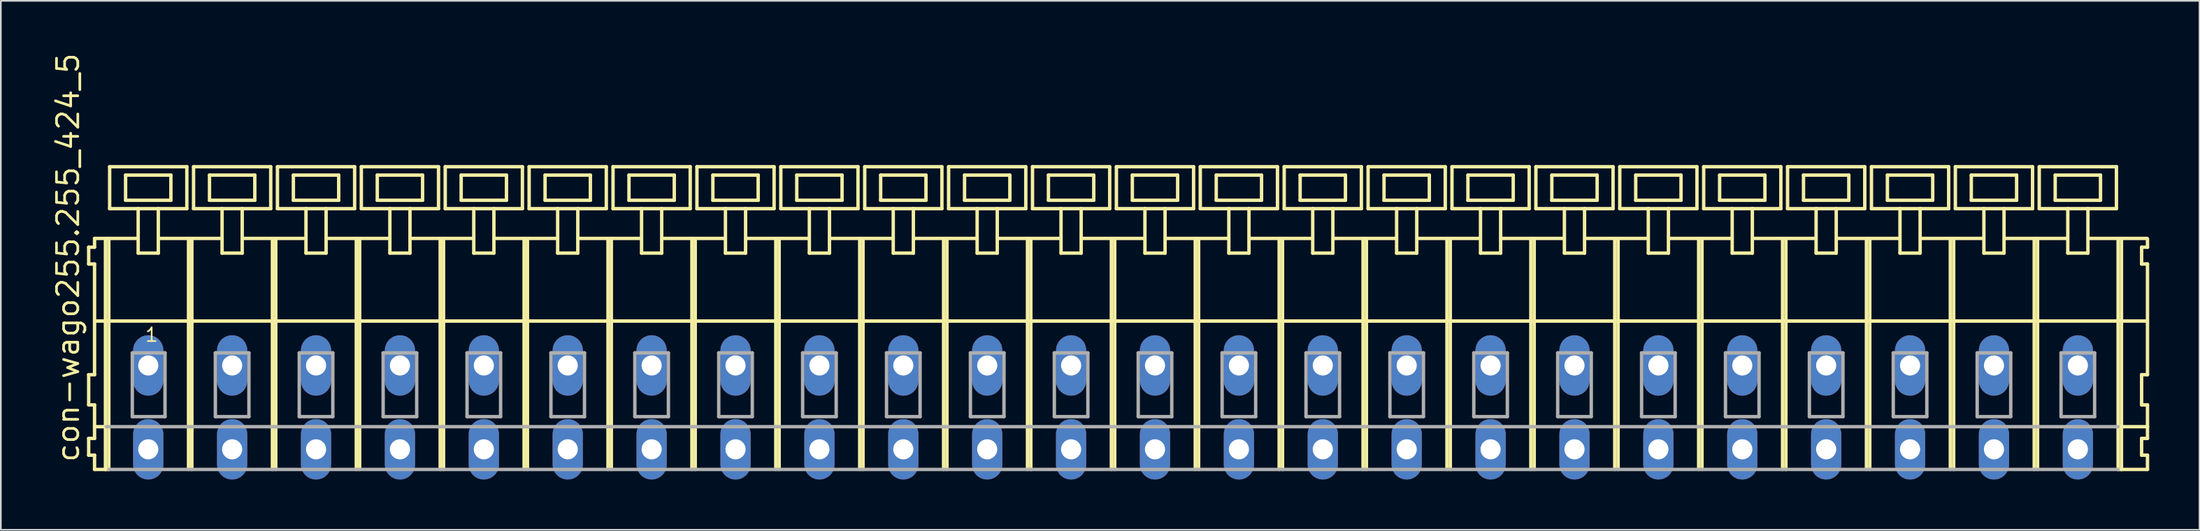
<source format=kicad_pcb>
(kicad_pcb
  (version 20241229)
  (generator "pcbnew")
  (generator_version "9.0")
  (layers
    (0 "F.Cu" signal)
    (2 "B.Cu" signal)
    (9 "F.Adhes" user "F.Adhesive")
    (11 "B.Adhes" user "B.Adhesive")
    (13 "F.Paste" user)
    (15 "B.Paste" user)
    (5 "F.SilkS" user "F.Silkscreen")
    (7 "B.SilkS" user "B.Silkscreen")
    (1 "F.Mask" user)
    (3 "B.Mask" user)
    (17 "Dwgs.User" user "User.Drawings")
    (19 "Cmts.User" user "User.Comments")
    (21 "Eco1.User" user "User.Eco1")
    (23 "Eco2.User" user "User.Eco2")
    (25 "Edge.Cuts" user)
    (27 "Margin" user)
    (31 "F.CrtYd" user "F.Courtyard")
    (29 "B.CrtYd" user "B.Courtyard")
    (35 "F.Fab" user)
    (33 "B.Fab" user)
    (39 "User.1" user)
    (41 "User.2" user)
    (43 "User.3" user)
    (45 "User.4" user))
  (footprint "con-wago255.255_424_5"
    (layer "F.Cu")
    (at 63.285 18.743)
    (property "Reference" "con-wago255.255_424_5" (at -61.535 5.855 90) (layer "F.SilkS") (effects (font (size 1.27 1.27) (thickness 0.16)) (justify left bottom)))
    (attr through_hole)
    (fp_line (start -61.05 -7.05) (end -61.05 -6.05) (stroke (width 0.203) (type default)) (layer "F.SilkS"))
    (fp_line (start -61.05 -6.05) (end -60.7 -6.05) (stroke (width 0.203) (type default)) (layer "F.SilkS"))
    (fp_line (start -61.05 0.55) (end -61.05 2.35) (stroke (width 0.203) (type default)) (layer "F.SilkS"))
    (fp_line (start -61.05 2.35) (end -60.7 2.35) (stroke (width 0.203) (type default)) (layer "F.SilkS"))
    (fp_line (start -61.05 4.35) (end -61.05 5.35) (stroke (width 0.203) (type default)) (layer "F.SilkS"))
    (fp_line (start -61.05 5.35) (end -60.7 5.35) (stroke (width 0.203) (type default)) (layer "F.SilkS"))
    (fp_line (start -60.7 -7.575) (end -60.7 -7.05) (stroke (width 0.203) (type default)) (layer "F.SilkS"))
    (fp_line (start -60.7 -7.575) (end -58.125 -7.575) (stroke (width 0.203) (type default)) (layer "F.SilkS"))
    (fp_line (start -60.7 -7.05) (end -61.05 -7.05) (stroke (width 0.203) (type default)) (layer "F.SilkS"))
    (fp_line (start -60.7 -6.05) (end -60.7 0.55) (stroke (width 0.203) (type default)) (layer "F.SilkS"))
    (fp_line (start -60.7 0.55) (end -61.05 0.55) (stroke (width 0.203) (type default)) (layer "F.SilkS"))
    (fp_line (start -60.7 2.35) (end -60.7 4.35) (stroke (width 0.203) (type default)) (layer "F.SilkS"))
    (fp_line (start -60.7 3.65) (end -60 3.65) (stroke (width 0.203) (type default)) (layer "F.SilkS"))
    (fp_line (start -60.7 4.35) (end -61.05 4.35) (stroke (width 0.203) (type default)) (layer "F.SilkS"))
    (fp_line (start -60.7 5.35) (end -60.7 6.2) (stroke (width 0.203) (type default)) (layer "F.SilkS"))
    (fp_line (start -60.7 6.2) (end -60.05 6.2) (stroke (width 0.203) (type default)) (layer "F.SilkS"))
    (fp_line (start -60.65 -2.65) (end -55.1 -2.65) (stroke (width 0.203) (type default)) (layer "F.SilkS"))
    (fp_line (start -60.05 -7.55) (end -60.05 6.2) (stroke (width 0.203) (type default)) (layer "F.SilkS"))
    (fp_line (start -60.05 6.2) (end -59.85 6.2) (stroke (width 0.203) (type default)) (layer "F.SilkS"))
    (fp_line (start -59.85 -7.55) (end -59.85 6.2) (stroke (width 0.203) (type default)) (layer "F.SilkS"))
    (fp_line (start -59.8 -11.85) (end -59.8 -9.35) (stroke (width 0.203) (type default)) (layer "F.SilkS"))
    (fp_line (start -59.8 -9.35) (end -58.1 -9.35) (stroke (width 0.203) (type default)) (layer "F.SilkS"))
    (fp_line (start -58.85 -11.35) (end -58.85 -9.85) (stroke (width 0.203) (type default)) (layer "F.SilkS"))
    (fp_line (start -58.85 -9.85) (end -56.15 -9.85) (stroke (width 0.203) (type default)) (layer "F.SilkS"))
    (fp_line (start -58.1 -9.35) (end -58.1 -6.7) (stroke (width 0.203) (type default)) (layer "F.SilkS"))
    (fp_line (start -58.1 -9.35) (end -56.9 -9.35) (stroke (width 0.203) (type default)) (layer "F.SilkS"))
    (fp_line (start -58.1 -6.7) (end -56.9 -6.7) (stroke (width 0.203) (type default)) (layer "F.SilkS"))
    (fp_line (start -56.9 -9.35) (end -55.2 -9.35) (stroke (width 0.203) (type default)) (layer "F.SilkS"))
    (fp_line (start -56.9 -6.7) (end -56.9 -9.35) (stroke (width 0.203) (type default)) (layer "F.SilkS"))
    (fp_line (start -56.825 -7.575) (end -53.125 -7.575) (stroke (width 0.203) (type default)) (layer "F.SilkS"))
    (fp_line (start -56.15 -11.35) (end -58.85 -11.35) (stroke (width 0.203) (type default)) (layer "F.SilkS"))
    (fp_line (start -56.15 -9.85) (end -56.15 -11.35) (stroke (width 0.203) (type default)) (layer "F.SilkS"))
    (fp_line (start -55.2 -11.85) (end -59.8 -11.85) (stroke (width 0.203) (type default)) (layer "F.SilkS"))
    (fp_line (start -55.2 -9.35) (end -55.2 -11.85) (stroke (width 0.203) (type default)) (layer "F.SilkS"))
    (fp_line (start -55.1 -7.55) (end -55.1 -2.65) (stroke (width 0.203) (type default)) (layer "F.SilkS"))
    (fp_line (start -55.1 -2.65) (end -55.1 6.2) (stroke (width 0.203) (type default)) (layer "F.SilkS"))
    (fp_line (start -54.9 -7.55) (end -54.9 -2.65) (stroke (width 0.203) (type default)) (layer "F.SilkS"))
    (fp_line (start -54.9 -2.65) (end -54.9 6.2) (stroke (width 0.203) (type default)) (layer "F.SilkS"))
    (fp_line (start -54.9 -2.65) (end -50.1 -2.65) (stroke (width 0.203) (type default)) (layer "F.SilkS"))
    (fp_line (start -54.8 -11.85) (end -54.8 -9.35) (stroke (width 0.203) (type default)) (layer "F.SilkS"))
    (fp_line (start -54.8 -9.35) (end -53.1 -9.35) (stroke (width 0.203) (type default)) (layer "F.SilkS"))
    (fp_line (start -53.85 -11.35) (end -53.85 -9.85) (stroke (width 0.203) (type default)) (layer "F.SilkS"))
    (fp_line (start -53.85 -9.85) (end -51.15 -9.85) (stroke (width 0.203) (type default)) (layer "F.SilkS"))
    (fp_line (start -53.1 -9.35) (end -53.1 -6.7) (stroke (width 0.203) (type default)) (layer "F.SilkS"))
    (fp_line (start -53.1 -9.35) (end -51.9 -9.35) (stroke (width 0.203) (type default)) (layer "F.SilkS"))
    (fp_line (start -53.1 -6.7) (end -51.9 -6.7) (stroke (width 0.203) (type default)) (layer "F.SilkS"))
    (fp_line (start -51.9 -9.35) (end -50.2 -9.35) (stroke (width 0.203) (type default)) (layer "F.SilkS"))
    (fp_line (start -51.9 -6.7) (end -51.9 -9.35) (stroke (width 0.203) (type default)) (layer "F.SilkS"))
    (fp_line (start -51.875 -7.575) (end -48.125 -7.575) (stroke (width 0.203) (type default)) (layer "F.SilkS"))
    (fp_line (start -51.15 -11.35) (end -53.85 -11.35) (stroke (width 0.203) (type default)) (layer "F.SilkS"))
    (fp_line (start -51.15 -9.85) (end -51.15 -11.35) (stroke (width 0.203) (type default)) (layer "F.SilkS"))
    (fp_line (start -50.2 -11.85) (end -54.8 -11.85) (stroke (width 0.203) (type default)) (layer "F.SilkS"))
    (fp_line (start -50.2 -9.35) (end -50.2 -11.85) (stroke (width 0.203) (type default)) (layer "F.SilkS"))
    (fp_line (start -50.1 -7.55) (end -50.1 -2.65) (stroke (width 0.203) (type default)) (layer "F.SilkS"))
    (fp_line (start -50.1 -2.65) (end -50.1 6.2) (stroke (width 0.203) (type default)) (layer "F.SilkS"))
    (fp_line (start -50.1 -2.65) (end -49.9 -2.65) (stroke (width 0.203) (type default)) (layer "F.SilkS"))
    (fp_line (start -49.9 -7.55) (end -49.9 -2.65) (stroke (width 0.203) (type default)) (layer "F.SilkS"))
    (fp_line (start -49.9 -2.65) (end -49.9 6.2) (stroke (width 0.203) (type default)) (layer "F.SilkS"))
    (fp_line (start -49.9 -2.65) (end -45.1 -2.65) (stroke (width 0.203) (type default)) (layer "F.SilkS"))
    (fp_line (start -49.8 -11.85) (end -49.8 -9.35) (stroke (width 0.203) (type default)) (layer "F.SilkS"))
    (fp_line (start -49.8 -9.35) (end -48.1 -9.35) (stroke (width 0.203) (type default)) (layer "F.SilkS"))
    (fp_line (start -48.85 -11.35) (end -48.85 -9.85) (stroke (width 0.203) (type default)) (layer "F.SilkS"))
    (fp_line (start -48.85 -9.85) (end -46.15 -9.85) (stroke (width 0.203) (type default)) (layer "F.SilkS"))
    (fp_line (start -48.1 -9.35) (end -48.1 -6.7) (stroke (width 0.203) (type default)) (layer "F.SilkS"))
    (fp_line (start -48.1 -9.35) (end -46.9 -9.35) (stroke (width 0.203) (type default)) (layer "F.SilkS"))
    (fp_line (start -48.1 -6.7) (end -46.9 -6.7) (stroke (width 0.203) (type default)) (layer "F.SilkS"))
    (fp_line (start -46.9 -9.35) (end -45.2 -9.35) (stroke (width 0.203) (type default)) (layer "F.SilkS"))
    (fp_line (start -46.9 -6.7) (end -46.9 -9.35) (stroke (width 0.203) (type default)) (layer "F.SilkS"))
    (fp_line (start -46.875 -7.575) (end -43.125 -7.575) (stroke (width 0.203) (type default)) (layer "F.SilkS"))
    (fp_line (start -46.15 -11.35) (end -48.85 -11.35) (stroke (width 0.203) (type default)) (layer "F.SilkS"))
    (fp_line (start -46.15 -9.85) (end -46.15 -11.35) (stroke (width 0.203) (type default)) (layer "F.SilkS"))
    (fp_line (start -45.2 -11.85) (end -49.8 -11.85) (stroke (width 0.203) (type default)) (layer "F.SilkS"))
    (fp_line (start -45.2 -9.35) (end -45.2 -11.85) (stroke (width 0.203) (type default)) (layer "F.SilkS"))
    (fp_line (start -45.1 -7.55) (end -45.1 -2.65) (stroke (width 0.203) (type default)) (layer "F.SilkS"))
    (fp_line (start -45.1 -2.65) (end -45.1 6.2) (stroke (width 0.203) (type default)) (layer "F.SilkS"))
    (fp_line (start -45.1 -2.65) (end -44.9 -2.65) (stroke (width 0.203) (type default)) (layer "F.SilkS"))
    (fp_line (start -45.1 -2.65) (end 59.9 -2.65) (stroke (width 0.203) (type default)) (layer "F.SilkS"))
    (fp_line (start -44.9 -7.55) (end -44.9 -2.65) (stroke (width 0.203) (type default)) (layer "F.SilkS"))
    (fp_line (start -44.9 -2.65) (end -44.9 6.2) (stroke (width 0.203) (type default)) (layer "F.SilkS"))
    (fp_line (start -44.9 -2.65) (end -40.1 -2.65) (stroke (width 0.203) (type default)) (layer "F.SilkS"))
    (fp_line (start -44.8 -11.85) (end -44.8 -9.35) (stroke (width 0.203) (type default)) (layer "F.SilkS"))
    (fp_line (start -44.8 -9.35) (end -43.1 -9.35) (stroke (width 0.203) (type default)) (layer "F.SilkS"))
    (fp_line (start -43.85 -11.35) (end -43.85 -9.85) (stroke (width 0.203) (type default)) (layer "F.SilkS"))
    (fp_line (start -43.85 -9.85) (end -41.15 -9.85) (stroke (width 0.203) (type default)) (layer "F.SilkS"))
    (fp_line (start -43.1 -9.35) (end -43.1 -6.7) (stroke (width 0.203) (type default)) (layer "F.SilkS"))
    (fp_line (start -43.1 -9.35) (end -41.9 -9.35) (stroke (width 0.203) (type default)) (layer "F.SilkS"))
    (fp_line (start -43.1 -6.7) (end -41.9 -6.7) (stroke (width 0.203) (type default)) (layer "F.SilkS"))
    (fp_line (start -41.9 -9.35) (end -40.2 -9.35) (stroke (width 0.203) (type default)) (layer "F.SilkS"))
    (fp_line (start -41.9 -6.7) (end -41.9 -9.35) (stroke (width 0.203) (type default)) (layer "F.SilkS"))
    (fp_line (start -41.875 -7.575) (end -38.125 -7.575) (stroke (width 0.203) (type default)) (layer "F.SilkS"))
    (fp_line (start -41.15 -11.35) (end -43.85 -11.35) (stroke (width 0.203) (type default)) (layer "F.SilkS"))
    (fp_line (start -41.15 -9.85) (end -41.15 -11.35) (stroke (width 0.203) (type default)) (layer "F.SilkS"))
    (fp_line (start -40.2 -11.85) (end -44.8 -11.85) (stroke (width 0.203) (type default)) (layer "F.SilkS"))
    (fp_line (start -40.2 -9.35) (end -40.2 -11.85) (stroke (width 0.203) (type default)) (layer "F.SilkS"))
    (fp_line (start -40.1 -7.55) (end -40.1 -2.65) (stroke (width 0.203) (type default)) (layer "F.SilkS"))
    (fp_line (start -40.1 -2.65) (end -40.1 6.2) (stroke (width 0.203) (type default)) (layer "F.SilkS"))
    (fp_line (start -40.1 -2.65) (end -39.9 -2.65) (stroke (width 0.203) (type default)) (layer "F.SilkS"))
    (fp_line (start -39.9 -7.55) (end -39.9 -2.65) (stroke (width 0.203) (type default)) (layer "F.SilkS"))
    (fp_line (start -39.9 -2.65) (end -39.9 6.2) (stroke (width 0.203) (type default)) (layer "F.SilkS"))
    (fp_line (start -39.9 -2.65) (end -35.1 -2.65) (stroke (width 0.203) (type default)) (layer "F.SilkS"))
    (fp_line (start -39.8 -11.85) (end -39.8 -9.35) (stroke (width 0.203) (type default)) (layer "F.SilkS"))
    (fp_line (start -39.8 -9.35) (end -38.1 -9.35) (stroke (width 0.203) (type default)) (layer "F.SilkS"))
    (fp_line (start -38.85 -11.35) (end -38.85 -9.85) (stroke (width 0.203) (type default)) (layer "F.SilkS"))
    (fp_line (start -38.85 -9.85) (end -36.15 -9.85) (stroke (width 0.203) (type default)) (layer "F.SilkS"))
    (fp_line (start -38.1 -9.35) (end -38.1 -6.7) (stroke (width 0.203) (type default)) (layer "F.SilkS"))
    (fp_line (start -38.1 -9.35) (end -36.9 -9.35) (stroke (width 0.203) (type default)) (layer "F.SilkS"))
    (fp_line (start -38.1 -6.7) (end -36.9 -6.7) (stroke (width 0.203) (type default)) (layer "F.SilkS"))
    (fp_line (start -36.9 -9.35) (end -35.2 -9.35) (stroke (width 0.203) (type default)) (layer "F.SilkS"))
    (fp_line (start -36.9 -6.7) (end -36.9 -9.35) (stroke (width 0.203) (type default)) (layer "F.SilkS"))
    (fp_line (start -36.875 -7.575) (end -33.125 -7.575) (stroke (width 0.203) (type default)) (layer "F.SilkS"))
    (fp_line (start -36.15 -11.35) (end -38.85 -11.35) (stroke (width 0.203) (type default)) (layer "F.SilkS"))
    (fp_line (start -36.15 -9.85) (end -36.15 -11.35) (stroke (width 0.203) (type default)) (layer "F.SilkS"))
    (fp_line (start -35.2 -11.85) (end -39.8 -11.85) (stroke (width 0.203) (type default)) (layer "F.SilkS"))
    (fp_line (start -35.2 -9.35) (end -35.2 -11.85) (stroke (width 0.203) (type default)) (layer "F.SilkS"))
    (fp_line (start -35.1 -7.55) (end -35.1 -2.65) (stroke (width 0.203) (type default)) (layer "F.SilkS"))
    (fp_line (start -35.1 -2.65) (end -35.1 6.2) (stroke (width 0.203) (type default)) (layer "F.SilkS"))
    (fp_line (start -35.1 -2.65) (end -34.9 -2.65) (stroke (width 0.203) (type default)) (layer "F.SilkS"))
    (fp_line (start -34.9 -7.55) (end -34.9 -2.65) (stroke (width 0.203) (type default)) (layer "F.SilkS"))
    (fp_line (start -34.9 -2.65) (end -34.9 6.2) (stroke (width 0.203) (type default)) (layer "F.SilkS"))
    (fp_line (start -34.9 -2.65) (end -30.1 -2.65) (stroke (width 0.203) (type default)) (layer "F.SilkS"))
    (fp_line (start -34.8 -11.85) (end -34.8 -9.35) (stroke (width 0.203) (type default)) (layer "F.SilkS"))
    (fp_line (start -34.8 -9.35) (end -33.1 -9.35) (stroke (width 0.203) (type default)) (layer "F.SilkS"))
    (fp_line (start -33.85 -11.35) (end -33.85 -9.85) (stroke (width 0.203) (type default)) (layer "F.SilkS"))
    (fp_line (start -33.85 -9.85) (end -31.15 -9.85) (stroke (width 0.203) (type default)) (layer "F.SilkS"))
    (fp_line (start -33.1 -9.35) (end -33.1 -6.7) (stroke (width 0.203) (type default)) (layer "F.SilkS"))
    (fp_line (start -33.1 -9.35) (end -31.9 -9.35) (stroke (width 0.203) (type default)) (layer "F.SilkS"))
    (fp_line (start -33.1 -6.7) (end -31.9 -6.7) (stroke (width 0.203) (type default)) (layer "F.SilkS"))
    (fp_line (start -31.9 -9.35) (end -30.2 -9.35) (stroke (width 0.203) (type default)) (layer "F.SilkS"))
    (fp_line (start -31.9 -6.7) (end -31.9 -9.35) (stroke (width 0.203) (type default)) (layer "F.SilkS"))
    (fp_line (start -31.875 -7.575) (end -28.125 -7.575) (stroke (width 0.203) (type default)) (layer "F.SilkS"))
    (fp_line (start -31.15 -11.35) (end -33.85 -11.35) (stroke (width 0.203) (type default)) (layer "F.SilkS"))
    (fp_line (start -31.15 -9.85) (end -31.15 -11.35) (stroke (width 0.203) (type default)) (layer "F.SilkS"))
    (fp_line (start -30.2 -11.85) (end -34.8 -11.85) (stroke (width 0.203) (type default)) (layer "F.SilkS"))
    (fp_line (start -30.2 -9.35) (end -30.2 -11.85) (stroke (width 0.203) (type default)) (layer "F.SilkS"))
    (fp_line (start -30.1 -7.55) (end -30.1 -2.65) (stroke (width 0.203) (type default)) (layer "F.SilkS"))
    (fp_line (start -30.1 -2.65) (end -30.1 6.2) (stroke (width 0.203) (type default)) (layer "F.SilkS"))
    (fp_line (start -30.1 -2.65) (end -29.9 -2.65) (stroke (width 0.203) (type default)) (layer "F.SilkS"))
    (fp_line (start -29.9 -7.55) (end -29.9 -2.65) (stroke (width 0.203) (type default)) (layer "F.SilkS"))
    (fp_line (start -29.9 -2.65) (end -29.9 6.2) (stroke (width 0.203) (type default)) (layer "F.SilkS"))
    (fp_line (start -29.9 -2.65) (end -25.1 -2.65) (stroke (width 0.203) (type default)) (layer "F.SilkS"))
    (fp_line (start -29.8 -11.85) (end -29.8 -9.35) (stroke (width 0.203) (type default)) (layer "F.SilkS"))
    (fp_line (start -29.8 -9.35) (end -28.1 -9.35) (stroke (width 0.203) (type default)) (layer "F.SilkS"))
    (fp_line (start -28.85 -11.35) (end -28.85 -9.85) (stroke (width 0.203) (type default)) (layer "F.SilkS"))
    (fp_line (start -28.85 -9.85) (end -26.15 -9.85) (stroke (width 0.203) (type default)) (layer "F.SilkS"))
    (fp_line (start -28.1 -9.35) (end -28.1 -6.7) (stroke (width 0.203) (type default)) (layer "F.SilkS"))
    (fp_line (start -28.1 -9.35) (end -26.9 -9.35) (stroke (width 0.203) (type default)) (layer "F.SilkS"))
    (fp_line (start -28.1 -6.7) (end -26.9 -6.7) (stroke (width 0.203) (type default)) (layer "F.SilkS"))
    (fp_line (start -26.9 -9.35) (end -25.2 -9.35) (stroke (width 0.203) (type default)) (layer "F.SilkS"))
    (fp_line (start -26.9 -6.7) (end -26.9 -9.35) (stroke (width 0.203) (type default)) (layer "F.SilkS"))
    (fp_line (start -26.875 -7.575) (end -23.125 -7.575) (stroke (width 0.203) (type default)) (layer "F.SilkS"))
    (fp_line (start -26.15 -11.35) (end -28.85 -11.35) (stroke (width 0.203) (type default)) (layer "F.SilkS"))
    (fp_line (start -26.15 -9.85) (end -26.15 -11.35) (stroke (width 0.203) (type default)) (layer "F.SilkS"))
    (fp_line (start -25.2 -11.85) (end -29.8 -11.85) (stroke (width 0.203) (type default)) (layer "F.SilkS"))
    (fp_line (start -25.2 -9.35) (end -25.2 -11.85) (stroke (width 0.203) (type default)) (layer "F.SilkS"))
    (fp_line (start -25.1 -7.55) (end -25.1 -2.65) (stroke (width 0.203) (type default)) (layer "F.SilkS"))
    (fp_line (start -25.1 -2.65) (end -25.1 6.2) (stroke (width 0.203) (type default)) (layer "F.SilkS"))
    (fp_line (start -25.1 -2.65) (end -24.9 -2.65) (stroke (width 0.203) (type default)) (layer "F.SilkS"))
    (fp_line (start -24.9 -7.55) (end -24.9 -2.65) (stroke (width 0.203) (type default)) (layer "F.SilkS"))
    (fp_line (start -24.9 -2.65) (end -24.9 6.2) (stroke (width 0.203) (type default)) (layer "F.SilkS"))
    (fp_line (start -24.9 -2.65) (end -20.1 -2.65) (stroke (width 0.203) (type default)) (layer "F.SilkS"))
    (fp_line (start -24.8 -11.85) (end -24.8 -9.35) (stroke (width 0.203) (type default)) (layer "F.SilkS"))
    (fp_line (start -24.8 -9.35) (end -23.1 -9.35) (stroke (width 0.203) (type default)) (layer "F.SilkS"))
    (fp_line (start -23.85 -11.35) (end -23.85 -9.85) (stroke (width 0.203) (type default)) (layer "F.SilkS"))
    (fp_line (start -23.85 -9.85) (end -21.15 -9.85) (stroke (width 0.203) (type default)) (layer "F.SilkS"))
    (fp_line (start -23.1 -9.35) (end -23.1 -6.7) (stroke (width 0.203) (type default)) (layer "F.SilkS"))
    (fp_line (start -23.1 -9.35) (end -21.9 -9.35) (stroke (width 0.203) (type default)) (layer "F.SilkS"))
    (fp_line (start -23.1 -6.7) (end -21.9 -6.7) (stroke (width 0.203) (type default)) (layer "F.SilkS"))
    (fp_line (start -21.9 -9.35) (end -20.2 -9.35) (stroke (width 0.203) (type default)) (layer "F.SilkS"))
    (fp_line (start -21.9 -6.7) (end -21.9 -9.35) (stroke (width 0.203) (type default)) (layer "F.SilkS"))
    (fp_line (start -21.875 -7.575) (end -18.125 -7.575) (stroke (width 0.203) (type default)) (layer "F.SilkS"))
    (fp_line (start -21.15 -11.35) (end -23.85 -11.35) (stroke (width 0.203) (type default)) (layer "F.SilkS"))
    (fp_line (start -21.15 -9.85) (end -21.15 -11.35) (stroke (width 0.203) (type default)) (layer "F.SilkS"))
    (fp_line (start -20.2 -11.85) (end -24.8 -11.85) (stroke (width 0.203) (type default)) (layer "F.SilkS"))
    (fp_line (start -20.2 -9.35) (end -20.2 -11.85) (stroke (width 0.203) (type default)) (layer "F.SilkS"))
    (fp_line (start -20.1 -7.55) (end -20.1 -2.65) (stroke (width 0.203) (type default)) (layer "F.SilkS"))
    (fp_line (start -20.1 -2.65) (end -20.1 6.2) (stroke (width 0.203) (type default)) (layer "F.SilkS"))
    (fp_line (start -20.1 -2.65) (end -19.9 -2.65) (stroke (width 0.203) (type default)) (layer "F.SilkS"))
    (fp_line (start -19.9 -7.55) (end -19.9 -2.65) (stroke (width 0.203) (type default)) (layer "F.SilkS"))
    (fp_line (start -19.9 -2.65) (end -19.9 6.2) (stroke (width 0.203) (type default)) (layer "F.SilkS"))
    (fp_line (start -19.9 -2.65) (end -15.1 -2.65) (stroke (width 0.203) (type default)) (layer "F.SilkS"))
    (fp_line (start -19.8 -11.85) (end -19.8 -9.35) (stroke (width 0.203) (type default)) (layer "F.SilkS"))
    (fp_line (start -19.8 -9.35) (end -18.1 -9.35) (stroke (width 0.203) (type default)) (layer "F.SilkS"))
    (fp_line (start -18.85 -11.35) (end -18.85 -9.85) (stroke (width 0.203) (type default)) (layer "F.SilkS"))
    (fp_line (start -18.85 -9.85) (end -16.15 -9.85) (stroke (width 0.203) (type default)) (layer "F.SilkS"))
    (fp_line (start -18.1 -9.35) (end -18.1 -6.7) (stroke (width 0.203) (type default)) (layer "F.SilkS"))
    (fp_line (start -18.1 -9.35) (end -16.9 -9.35) (stroke (width 0.203) (type default)) (layer "F.SilkS"))
    (fp_line (start -18.1 -6.7) (end -16.9 -6.7) (stroke (width 0.203) (type default)) (layer "F.SilkS"))
    (fp_line (start -16.9 -9.35) (end -15.2 -9.35) (stroke (width 0.203) (type default)) (layer "F.SilkS"))
    (fp_line (start -16.9 -6.7) (end -16.9 -9.35) (stroke (width 0.203) (type default)) (layer "F.SilkS"))
    (fp_line (start -16.875 -7.575) (end -13.125 -7.575) (stroke (width 0.203) (type default)) (layer "F.SilkS"))
    (fp_line (start -16.15 -11.35) (end -18.85 -11.35) (stroke (width 0.203) (type default)) (layer "F.SilkS"))
    (fp_line (start -16.15 -9.85) (end -16.15 -11.35) (stroke (width 0.203) (type default)) (layer "F.SilkS"))
    (fp_line (start -15.2 -11.85) (end -19.8 -11.85) (stroke (width 0.203) (type default)) (layer "F.SilkS"))
    (fp_line (start -15.2 -9.35) (end -15.2 -11.85) (stroke (width 0.203) (type default)) (layer "F.SilkS"))
    (fp_line (start -15.1 -7.55) (end -15.1 -2.65) (stroke (width 0.203) (type default)) (layer "F.SilkS"))
    (fp_line (start -15.1 -2.65) (end -15.1 6.2) (stroke (width 0.203) (type default)) (layer "F.SilkS"))
    (fp_line (start -15.1 -2.65) (end -14.9 -2.65) (stroke (width 0.203) (type default)) (layer "F.SilkS"))
    (fp_line (start -14.9 -7.55) (end -14.9 -2.65) (stroke (width 0.203) (type default)) (layer "F.SilkS"))
    (fp_line (start -14.9 -2.65) (end -14.9 6.2) (stroke (width 0.203) (type default)) (layer "F.SilkS"))
    (fp_line (start -14.9 -2.65) (end -10.1 -2.65) (stroke (width 0.203) (type default)) (layer "F.SilkS"))
    (fp_line (start -14.8 -11.85) (end -14.8 -9.35) (stroke (width 0.203) (type default)) (layer "F.SilkS"))
    (fp_line (start -14.8 -9.35) (end -13.1 -9.35) (stroke (width 0.203) (type default)) (layer "F.SilkS"))
    (fp_line (start -13.85 -11.35) (end -13.85 -9.85) (stroke (width 0.203) (type default)) (layer "F.SilkS"))
    (fp_line (start -13.85 -9.85) (end -11.15 -9.85) (stroke (width 0.203) (type default)) (layer "F.SilkS"))
    (fp_line (start -13.1 -9.35) (end -13.1 -6.7) (stroke (width 0.203) (type default)) (layer "F.SilkS"))
    (fp_line (start -13.1 -9.35) (end -11.9 -9.35) (stroke (width 0.203) (type default)) (layer "F.SilkS"))
    (fp_line (start -13.1 -6.7) (end -11.9 -6.7) (stroke (width 0.203) (type default)) (layer "F.SilkS"))
    (fp_line (start -11.9 -9.35) (end -10.2 -9.35) (stroke (width 0.203) (type default)) (layer "F.SilkS"))
    (fp_line (start -11.9 -6.7) (end -11.9 -9.35) (stroke (width 0.203) (type default)) (layer "F.SilkS"))
    (fp_line (start -11.875 -7.575) (end -8.125 -7.575) (stroke (width 0.203) (type default)) (layer "F.SilkS"))
    (fp_line (start -11.15 -11.35) (end -13.85 -11.35) (stroke (width 0.203) (type default)) (layer "F.SilkS"))
    (fp_line (start -11.15 -9.85) (end -11.15 -11.35) (stroke (width 0.203) (type default)) (layer "F.SilkS"))
    (fp_line (start -10.2 -11.85) (end -14.8 -11.85) (stroke (width 0.203) (type default)) (layer "F.SilkS"))
    (fp_line (start -10.2 -9.35) (end -10.2 -11.85) (stroke (width 0.203) (type default)) (layer "F.SilkS"))
    (fp_line (start -10.1 -7.55) (end -10.1 -2.65) (stroke (width 0.203) (type default)) (layer "F.SilkS"))
    (fp_line (start -10.1 -2.65) (end -10.1 6.2) (stroke (width 0.203) (type default)) (layer "F.SilkS"))
    (fp_line (start -10.1 -2.65) (end -9.9 -2.65) (stroke (width 0.203) (type default)) (layer "F.SilkS"))
    (fp_line (start -9.9 -7.55) (end -9.9 -2.65) (stroke (width 0.203) (type default)) (layer "F.SilkS"))
    (fp_line (start -9.9 -2.65) (end -9.9 6.2) (stroke (width 0.203) (type default)) (layer "F.SilkS"))
    (fp_line (start -9.9 -2.65) (end -5.1 -2.65) (stroke (width 0.203) (type default)) (layer "F.SilkS"))
    (fp_line (start -9.8 -11.85) (end -9.8 -9.35) (stroke (width 0.203) (type default)) (layer "F.SilkS"))
    (fp_line (start -9.8 -9.35) (end -8.1 -9.35) (stroke (width 0.203) (type default)) (layer "F.SilkS"))
    (fp_line (start -8.85 -11.35) (end -8.85 -9.85) (stroke (width 0.203) (type default)) (layer "F.SilkS"))
    (fp_line (start -8.85 -9.85) (end -6.15 -9.85) (stroke (width 0.203) (type default)) (layer "F.SilkS"))
    (fp_line (start -8.1 -9.35) (end -8.1 -6.7) (stroke (width 0.203) (type default)) (layer "F.SilkS"))
    (fp_line (start -8.1 -9.35) (end -6.9 -9.35) (stroke (width 0.203) (type default)) (layer "F.SilkS"))
    (fp_line (start -8.1 -6.7) (end -6.9 -6.7) (stroke (width 0.203) (type default)) (layer "F.SilkS"))
    (fp_line (start -6.9 -9.35) (end -5.2 -9.35) (stroke (width 0.203) (type default)) (layer "F.SilkS"))
    (fp_line (start -6.9 -6.7) (end -6.9 -9.35) (stroke (width 0.203) (type default)) (layer "F.SilkS"))
    (fp_line (start -6.875 -7.575) (end -3.125 -7.575) (stroke (width 0.203) (type default)) (layer "F.SilkS"))
    (fp_line (start -6.15 -11.35) (end -8.85 -11.35) (stroke (width 0.203) (type default)) (layer "F.SilkS"))
    (fp_line (start -6.15 -9.85) (end -6.15 -11.35) (stroke (width 0.203) (type default)) (layer "F.SilkS"))
    (fp_line (start -5.2 -11.85) (end -9.8 -11.85) (stroke (width 0.203) (type default)) (layer "F.SilkS"))
    (fp_line (start -5.2 -9.35) (end -5.2 -11.85) (stroke (width 0.203) (type default)) (layer "F.SilkS"))
    (fp_line (start -5.1 -7.55) (end -5.1 -2.65) (stroke (width 0.203) (type default)) (layer "F.SilkS"))
    (fp_line (start -5.1 -2.65) (end -5.1 6.2) (stroke (width 0.203) (type default)) (layer "F.SilkS"))
    (fp_line (start -5.1 -2.65) (end -4.9 -2.65) (stroke (width 0.203) (type default)) (layer "F.SilkS"))
    (fp_line (start -4.9 -7.55) (end -4.9 -2.65) (stroke (width 0.203) (type default)) (layer "F.SilkS"))
    (fp_line (start -4.9 -2.65) (end -4.9 6.2) (stroke (width 0.203) (type default)) (layer "F.SilkS"))
    (fp_line (start -4.9 -2.65) (end -0.1 -2.65) (stroke (width 0.203) (type default)) (layer "F.SilkS"))
    (fp_line (start -4.8 -11.85) (end -4.8 -9.35) (stroke (width 0.203) (type default)) (layer "F.SilkS"))
    (fp_line (start -4.8 -9.35) (end -3.1 -9.35) (stroke (width 0.203) (type default)) (layer "F.SilkS"))
    (fp_line (start -3.85 -11.35) (end -3.85 -9.85) (stroke (width 0.203) (type default)) (layer "F.SilkS"))
    (fp_line (start -3.85 -9.85) (end -1.15 -9.85) (stroke (width 0.203) (type default)) (layer "F.SilkS"))
    (fp_line (start -3.1 -9.35) (end -3.1 -6.7) (stroke (width 0.203) (type default)) (layer "F.SilkS"))
    (fp_line (start -3.1 -9.35) (end -1.9 -9.35) (stroke (width 0.203) (type default)) (layer "F.SilkS"))
    (fp_line (start -3.1 -6.7) (end -1.9 -6.7) (stroke (width 0.203) (type default)) (layer "F.SilkS"))
    (fp_line (start -1.9 -9.35) (end -0.2 -9.35) (stroke (width 0.203) (type default)) (layer "F.SilkS"))
    (fp_line (start -1.9 -6.7) (end -1.9 -9.35) (stroke (width 0.203) (type default)) (layer "F.SilkS"))
    (fp_line (start -1.875 -7.575) (end 1.875 -7.575) (stroke (width 0.203) (type default)) (layer "F.SilkS"))
    (fp_line (start -1.15 -11.35) (end -3.85 -11.35) (stroke (width 0.203) (type default)) (layer "F.SilkS"))
    (fp_line (start -1.15 -9.85) (end -1.15 -11.35) (stroke (width 0.203) (type default)) (layer "F.SilkS"))
    (fp_line (start -0.2 -11.85) (end -4.8 -11.85) (stroke (width 0.203) (type default)) (layer "F.SilkS"))
    (fp_line (start -0.2 -9.35) (end -0.2 -11.85) (stroke (width 0.203) (type default)) (layer "F.SilkS"))
    (fp_line (start -0.1 -7.55) (end -0.1 -2.65) (stroke (width 0.203) (type default)) (layer "F.SilkS"))
    (fp_line (start -0.1 -2.65) (end -0.1 6.2) (stroke (width 0.203) (type default)) (layer "F.SilkS"))
    (fp_line (start -0.1 -2.65) (end 0.1 -2.65) (stroke (width 0.203) (type default)) (layer "F.SilkS"))
    (fp_line (start 0.1 -7.55) (end 0.1 -2.65) (stroke (width 0.203) (type default)) (layer "F.SilkS"))
    (fp_line (start 0.1 -2.65) (end 0.1 6.2) (stroke (width 0.203) (type default)) (layer "F.SilkS"))
    (fp_line (start 0.1 -2.65) (end 4.9 -2.65) (stroke (width 0.203) (type default)) (layer "F.SilkS"))
    (fp_line (start 0.2 -11.85) (end 0.2 -9.35) (stroke (width 0.203) (type default)) (layer "F.SilkS"))
    (fp_line (start 0.2 -9.35) (end 1.9 -9.35) (stroke (width 0.203) (type default)) (layer "F.SilkS"))
    (fp_line (start 1.15 -11.35) (end 1.15 -9.85) (stroke (width 0.203) (type default)) (layer "F.SilkS"))
    (fp_line (start 1.15 -9.85) (end 3.85 -9.85) (stroke (width 0.203) (type default)) (layer "F.SilkS"))
    (fp_line (start 1.9 -9.35) (end 1.9 -6.7) (stroke (width 0.203) (type default)) (layer "F.SilkS"))
    (fp_line (start 1.9 -9.35) (end 3.1 -9.35) (stroke (width 0.203) (type default)) (layer "F.SilkS"))
    (fp_line (start 1.9 -6.7) (end 3.1 -6.7) (stroke (width 0.203) (type default)) (layer "F.SilkS"))
    (fp_line (start 3.1 -9.35) (end 4.8 -9.35) (stroke (width 0.203) (type default)) (layer "F.SilkS"))
    (fp_line (start 3.1 -6.7) (end 3.1 -9.35) (stroke (width 0.203) (type default)) (layer "F.SilkS"))
    (fp_line (start 3.125 -7.575) (end 6.875 -7.575) (stroke (width 0.203) (type default)) (layer "F.SilkS"))
    (fp_line (start 3.85 -11.35) (end 1.15 -11.35) (stroke (width 0.203) (type default)) (layer "F.SilkS"))
    (fp_line (start 3.85 -9.85) (end 3.85 -11.35) (stroke (width 0.203) (type default)) (layer "F.SilkS"))
    (fp_line (start 4.8 -11.85) (end 0.2 -11.85) (stroke (width 0.203) (type default)) (layer "F.SilkS"))
    (fp_line (start 4.8 -9.35) (end 4.8 -11.85) (stroke (width 0.203) (type default)) (layer "F.SilkS"))
    (fp_line (start 4.9 -7.55) (end 4.9 -2.65) (stroke (width 0.203) (type default)) (layer "F.SilkS"))
    (fp_line (start 4.9 -2.65) (end 4.9 6.2) (stroke (width 0.203) (type default)) (layer "F.SilkS"))
    (fp_line (start 4.9 -2.65) (end 5.1 -2.65) (stroke (width 0.203) (type default)) (layer "F.SilkS"))
    (fp_line (start 5.1 -7.55) (end 5.1 -2.65) (stroke (width 0.203) (type default)) (layer "F.SilkS"))
    (fp_line (start 5.1 -2.65) (end 5.1 6.2) (stroke (width 0.203) (type default)) (layer "F.SilkS"))
    (fp_line (start 5.1 -2.65) (end 9.9 -2.65) (stroke (width 0.203) (type default)) (layer "F.SilkS"))
    (fp_line (start 5.2 -11.85) (end 5.2 -9.35) (stroke (width 0.203) (type default)) (layer "F.SilkS"))
    (fp_line (start 5.2 -9.35) (end 6.9 -9.35) (stroke (width 0.203) (type default)) (layer "F.SilkS"))
    (fp_line (start 6.15 -11.35) (end 6.15 -9.85) (stroke (width 0.203) (type default)) (layer "F.SilkS"))
    (fp_line (start 6.15 -9.85) (end 8.85 -9.85) (stroke (width 0.203) (type default)) (layer "F.SilkS"))
    (fp_line (start 6.9 -9.35) (end 6.9 -6.7) (stroke (width 0.203) (type default)) (layer "F.SilkS"))
    (fp_line (start 6.9 -9.35) (end 8.1 -9.35) (stroke (width 0.203) (type default)) (layer "F.SilkS"))
    (fp_line (start 6.9 -6.7) (end 8.1 -6.7) (stroke (width 0.203) (type default)) (layer "F.SilkS"))
    (fp_line (start 8.1 -9.35) (end 9.8 -9.35) (stroke (width 0.203) (type default)) (layer "F.SilkS"))
    (fp_line (start 8.1 -6.7) (end 8.1 -9.35) (stroke (width 0.203) (type default)) (layer "F.SilkS"))
    (fp_line (start 8.125 -7.575) (end 11.875 -7.575) (stroke (width 0.203) (type default)) (layer "F.SilkS"))
    (fp_line (start 8.85 -11.35) (end 6.15 -11.35) (stroke (width 0.203) (type default)) (layer "F.SilkS"))
    (fp_line (start 8.85 -9.85) (end 8.85 -11.35) (stroke (width 0.203) (type default)) (layer "F.SilkS"))
    (fp_line (start 9.8 -11.85) (end 5.2 -11.85) (stroke (width 0.203) (type default)) (layer "F.SilkS"))
    (fp_line (start 9.8 -9.35) (end 9.8 -11.85) (stroke (width 0.203) (type default)) (layer "F.SilkS"))
    (fp_line (start 9.9 -7.55) (end 9.9 -2.65) (stroke (width 0.203) (type default)) (layer "F.SilkS"))
    (fp_line (start 9.9 -2.65) (end 9.9 6.2) (stroke (width 0.203) (type default)) (layer "F.SilkS"))
    (fp_line (start 9.9 -2.65) (end 10.1 -2.65) (stroke (width 0.203) (type default)) (layer "F.SilkS"))
    (fp_line (start 10.1 -7.55) (end 10.1 -2.65) (stroke (width 0.203) (type default)) (layer "F.SilkS"))
    (fp_line (start 10.1 -2.65) (end 10.1 6.2) (stroke (width 0.203) (type default)) (layer "F.SilkS"))
    (fp_line (start 10.1 -2.65) (end 14.9 -2.65) (stroke (width 0.203) (type default)) (layer "F.SilkS"))
    (fp_line (start 10.2 -11.85) (end 10.2 -9.35) (stroke (width 0.203) (type default)) (layer "F.SilkS"))
    (fp_line (start 10.2 -9.35) (end 11.9 -9.35) (stroke (width 0.203) (type default)) (layer "F.SilkS"))
    (fp_line (start 11.15 -11.35) (end 11.15 -9.85) (stroke (width 0.203) (type default)) (layer "F.SilkS"))
    (fp_line (start 11.15 -9.85) (end 13.85 -9.85) (stroke (width 0.203) (type default)) (layer "F.SilkS"))
    (fp_line (start 11.9 -9.35) (end 11.9 -6.7) (stroke (width 0.203) (type default)) (layer "F.SilkS"))
    (fp_line (start 11.9 -9.35) (end 13.1 -9.35) (stroke (width 0.203) (type default)) (layer "F.SilkS"))
    (fp_line (start 11.9 -6.7) (end 13.1 -6.7) (stroke (width 0.203) (type default)) (layer "F.SilkS"))
    (fp_line (start 13.1 -9.35) (end 14.8 -9.35) (stroke (width 0.203) (type default)) (layer "F.SilkS"))
    (fp_line (start 13.1 -6.7) (end 13.1 -9.35) (stroke (width 0.203) (type default)) (layer "F.SilkS"))
    (fp_line (start 13.125 -7.575) (end 16.875 -7.575) (stroke (width 0.203) (type default)) (layer "F.SilkS"))
    (fp_line (start 13.85 -11.35) (end 11.15 -11.35) (stroke (width 0.203) (type default)) (layer "F.SilkS"))
    (fp_line (start 13.85 -9.85) (end 13.85 -11.35) (stroke (width 0.203) (type default)) (layer "F.SilkS"))
    (fp_line (start 14.8 -11.85) (end 10.2 -11.85) (stroke (width 0.203) (type default)) (layer "F.SilkS"))
    (fp_line (start 14.8 -9.35) (end 14.8 -11.85) (stroke (width 0.203) (type default)) (layer "F.SilkS"))
    (fp_line (start 14.9 -7.55) (end 14.9 -2.65) (stroke (width 0.203) (type default)) (layer "F.SilkS"))
    (fp_line (start 14.9 -2.65) (end 14.9 6.2) (stroke (width 0.203) (type default)) (layer "F.SilkS"))
    (fp_line (start 14.9 -2.65) (end 15.1 -2.65) (stroke (width 0.203) (type default)) (layer "F.SilkS"))
    (fp_line (start 15.1 -7.55) (end 15.1 -2.65) (stroke (width 0.203) (type default)) (layer "F.SilkS"))
    (fp_line (start 15.1 -2.65) (end 15.1 6.2) (stroke (width 0.203) (type default)) (layer "F.SilkS"))
    (fp_line (start 15.1 -2.65) (end 19.9 -2.65) (stroke (width 0.203) (type default)) (layer "F.SilkS"))
    (fp_line (start 15.2 -11.85) (end 15.2 -9.35) (stroke (width 0.203) (type default)) (layer "F.SilkS"))
    (fp_line (start 15.2 -9.35) (end 16.9 -9.35) (stroke (width 0.203) (type default)) (layer "F.SilkS"))
    (fp_line (start 16.15 -11.35) (end 16.15 -9.85) (stroke (width 0.203) (type default)) (layer "F.SilkS"))
    (fp_line (start 16.15 -9.85) (end 18.85 -9.85) (stroke (width 0.203) (type default)) (layer "F.SilkS"))
    (fp_line (start 16.9 -9.35) (end 16.9 -6.7) (stroke (width 0.203) (type default)) (layer "F.SilkS"))
    (fp_line (start 16.9 -9.35) (end 18.1 -9.35) (stroke (width 0.203) (type default)) (layer "F.SilkS"))
    (fp_line (start 16.9 -6.7) (end 18.1 -6.7) (stroke (width 0.203) (type default)) (layer "F.SilkS"))
    (fp_line (start 18.1 -9.35) (end 19.8 -9.35) (stroke (width 0.203) (type default)) (layer "F.SilkS"))
    (fp_line (start 18.1 -6.7) (end 18.1 -9.35) (stroke (width 0.203) (type default)) (layer "F.SilkS"))
    (fp_line (start 18.125 -7.575) (end 21.875 -7.575) (stroke (width 0.203) (type default)) (layer "F.SilkS"))
    (fp_line (start 18.85 -11.35) (end 16.15 -11.35) (stroke (width 0.203) (type default)) (layer "F.SilkS"))
    (fp_line (start 18.85 -9.85) (end 18.85 -11.35) (stroke (width 0.203) (type default)) (layer "F.SilkS"))
    (fp_line (start 19.8 -11.85) (end 15.2 -11.85) (stroke (width 0.203) (type default)) (layer "F.SilkS"))
    (fp_line (start 19.8 -9.35) (end 19.8 -11.85) (stroke (width 0.203) (type default)) (layer "F.SilkS"))
    (fp_line (start 19.9 -7.55) (end 19.9 -2.65) (stroke (width 0.203) (type default)) (layer "F.SilkS"))
    (fp_line (start 19.9 -2.65) (end 19.9 6.2) (stroke (width 0.203) (type default)) (layer "F.SilkS"))
    (fp_line (start 19.9 -2.65) (end 20.1 -2.65) (stroke (width 0.203) (type default)) (layer "F.SilkS"))
    (fp_line (start 20.1 -7.55) (end 20.1 -2.65) (stroke (width 0.203) (type default)) (layer "F.SilkS"))
    (fp_line (start 20.1 -2.65) (end 20.1 6.2) (stroke (width 0.203) (type default)) (layer "F.SilkS"))
    (fp_line (start 20.1 -2.65) (end 24.9 -2.65) (stroke (width 0.203) (type default)) (layer "F.SilkS"))
    (fp_line (start 20.2 -11.85) (end 20.2 -9.35) (stroke (width 0.203) (type default)) (layer "F.SilkS"))
    (fp_line (start 20.2 -9.35) (end 21.9 -9.35) (stroke (width 0.203) (type default)) (layer "F.SilkS"))
    (fp_line (start 21.15 -11.35) (end 21.15 -9.85) (stroke (width 0.203) (type default)) (layer "F.SilkS"))
    (fp_line (start 21.15 -9.85) (end 23.85 -9.85) (stroke (width 0.203) (type default)) (layer "F.SilkS"))
    (fp_line (start 21.9 -9.35) (end 21.9 -6.7) (stroke (width 0.203) (type default)) (layer "F.SilkS"))
    (fp_line (start 21.9 -9.35) (end 23.1 -9.35) (stroke (width 0.203) (type default)) (layer "F.SilkS"))
    (fp_line (start 21.9 -6.7) (end 23.1 -6.7) (stroke (width 0.203) (type default)) (layer "F.SilkS"))
    (fp_line (start 23.1 -9.35) (end 24.8 -9.35) (stroke (width 0.203) (type default)) (layer "F.SilkS"))
    (fp_line (start 23.1 -6.7) (end 23.1 -9.35) (stroke (width 0.203) (type default)) (layer "F.SilkS"))
    (fp_line (start 23.125 -7.575) (end 26.875 -7.575) (stroke (width 0.203) (type default)) (layer "F.SilkS"))
    (fp_line (start 23.85 -11.35) (end 21.15 -11.35) (stroke (width 0.203) (type default)) (layer "F.SilkS"))
    (fp_line (start 23.85 -9.85) (end 23.85 -11.35) (stroke (width 0.203) (type default)) (layer "F.SilkS"))
    (fp_line (start 24.8 -11.85) (end 20.2 -11.85) (stroke (width 0.203) (type default)) (layer "F.SilkS"))
    (fp_line (start 24.8 -9.35) (end 24.8 -11.85) (stroke (width 0.203) (type default)) (layer "F.SilkS"))
    (fp_line (start 24.9 -7.55) (end 24.9 -2.65) (stroke (width 0.203) (type default)) (layer "F.SilkS"))
    (fp_line (start 24.9 -2.65) (end 24.9 6.2) (stroke (width 0.203) (type default)) (layer "F.SilkS"))
    (fp_line (start 24.9 -2.65) (end 25.1 -2.65) (stroke (width 0.203) (type default)) (layer "F.SilkS"))
    (fp_line (start 25.1 -7.55) (end 25.1 -2.65) (stroke (width 0.203) (type default)) (layer "F.SilkS"))
    (fp_line (start 25.1 -2.65) (end 25.1 6.2) (stroke (width 0.203) (type default)) (layer "F.SilkS"))
    (fp_line (start 25.1 -2.65) (end 29.9 -2.65) (stroke (width 0.203) (type default)) (layer "F.SilkS"))
    (fp_line (start 25.2 -11.85) (end 25.2 -9.35) (stroke (width 0.203) (type default)) (layer "F.SilkS"))
    (fp_line (start 25.2 -9.35) (end 26.9 -9.35) (stroke (width 0.203) (type default)) (layer "F.SilkS"))
    (fp_line (start 26.15 -11.35) (end 26.15 -9.85) (stroke (width 0.203) (type default)) (layer "F.SilkS"))
    (fp_line (start 26.15 -9.85) (end 28.85 -9.85) (stroke (width 0.203) (type default)) (layer "F.SilkS"))
    (fp_line (start 26.9 -9.35) (end 26.9 -6.7) (stroke (width 0.203) (type default)) (layer "F.SilkS"))
    (fp_line (start 26.9 -9.35) (end 28.1 -9.35) (stroke (width 0.203) (type default)) (layer "F.SilkS"))
    (fp_line (start 26.9 -6.7) (end 28.1 -6.7) (stroke (width 0.203) (type default)) (layer "F.SilkS"))
    (fp_line (start 28.1 -9.35) (end 29.8 -9.35) (stroke (width 0.203) (type default)) (layer "F.SilkS"))
    (fp_line (start 28.1 -6.7) (end 28.1 -9.35) (stroke (width 0.203) (type default)) (layer "F.SilkS"))
    (fp_line (start 28.125 -7.575) (end 31.875 -7.575) (stroke (width 0.203) (type default)) (layer "F.SilkS"))
    (fp_line (start 28.85 -11.35) (end 26.15 -11.35) (stroke (width 0.203) (type default)) (layer "F.SilkS"))
    (fp_line (start 28.85 -9.85) (end 28.85 -11.35) (stroke (width 0.203) (type default)) (layer "F.SilkS"))
    (fp_line (start 29.8 -11.85) (end 25.2 -11.85) (stroke (width 0.203) (type default)) (layer "F.SilkS"))
    (fp_line (start 29.8 -9.35) (end 29.8 -11.85) (stroke (width 0.203) (type default)) (layer "F.SilkS"))
    (fp_line (start 29.9 -7.55) (end 29.9 -2.65) (stroke (width 0.203) (type default)) (layer "F.SilkS"))
    (fp_line (start 29.9 -2.65) (end 29.9 6.2) (stroke (width 0.203) (type default)) (layer "F.SilkS"))
    (fp_line (start 29.9 -2.65) (end 30.1 -2.65) (stroke (width 0.203) (type default)) (layer "F.SilkS"))
    (fp_line (start 30.1 -7.55) (end 30.1 -2.65) (stroke (width 0.203) (type default)) (layer "F.SilkS"))
    (fp_line (start 30.1 -2.65) (end 30.1 6.2) (stroke (width 0.203) (type default)) (layer "F.SilkS"))
    (fp_line (start 30.1 -2.65) (end 34.9 -2.65) (stroke (width 0.203) (type default)) (layer "F.SilkS"))
    (fp_line (start 30.2 -11.85) (end 30.2 -9.35) (stroke (width 0.203) (type default)) (layer "F.SilkS"))
    (fp_line (start 30.2 -9.35) (end 31.9 -9.35) (stroke (width 0.203) (type default)) (layer "F.SilkS"))
    (fp_line (start 31.15 -11.35) (end 31.15 -9.85) (stroke (width 0.203) (type default)) (layer "F.SilkS"))
    (fp_line (start 31.15 -9.85) (end 33.85 -9.85) (stroke (width 0.203) (type default)) (layer "F.SilkS"))
    (fp_line (start 31.9 -9.35) (end 31.9 -6.7) (stroke (width 0.203) (type default)) (layer "F.SilkS"))
    (fp_line (start 31.9 -9.35) (end 33.1 -9.35) (stroke (width 0.203) (type default)) (layer "F.SilkS"))
    (fp_line (start 31.9 -6.7) (end 33.1 -6.7) (stroke (width 0.203) (type default)) (layer "F.SilkS"))
    (fp_line (start 33.1 -9.35) (end 34.8 -9.35) (stroke (width 0.203) (type default)) (layer "F.SilkS"))
    (fp_line (start 33.1 -6.7) (end 33.1 -9.35) (stroke (width 0.203) (type default)) (layer "F.SilkS"))
    (fp_line (start 33.125 -7.575) (end 36.875 -7.575) (stroke (width 0.203) (type default)) (layer "F.SilkS"))
    (fp_line (start 33.85 -11.35) (end 31.15 -11.35) (stroke (width 0.203) (type default)) (layer "F.SilkS"))
    (fp_line (start 33.85 -9.85) (end 33.85 -11.35) (stroke (width 0.203) (type default)) (layer "F.SilkS"))
    (fp_line (start 34.8 -11.85) (end 30.2 -11.85) (stroke (width 0.203) (type default)) (layer "F.SilkS"))
    (fp_line (start 34.8 -9.35) (end 34.8 -11.85) (stroke (width 0.203) (type default)) (layer "F.SilkS"))
    (fp_line (start 34.9 -7.55) (end 34.9 -2.65) (stroke (width 0.203) (type default)) (layer "F.SilkS"))
    (fp_line (start 34.9 -2.65) (end 34.9 6.2) (stroke (width 0.203) (type default)) (layer "F.SilkS"))
    (fp_line (start 34.9 -2.65) (end 35.1 -2.65) (stroke (width 0.203) (type default)) (layer "F.SilkS"))
    (fp_line (start 35.1 -7.55) (end 35.1 -2.65) (stroke (width 0.203) (type default)) (layer "F.SilkS"))
    (fp_line (start 35.1 -2.65) (end 35.1 6.2) (stroke (width 0.203) (type default)) (layer "F.SilkS"))
    (fp_line (start 35.1 -2.65) (end 39.9 -2.65) (stroke (width 0.203) (type default)) (layer "F.SilkS"))
    (fp_line (start 35.2 -11.85) (end 35.2 -9.35) (stroke (width 0.203) (type default)) (layer "F.SilkS"))
    (fp_line (start 35.2 -9.35) (end 36.9 -9.35) (stroke (width 0.203) (type default)) (layer "F.SilkS"))
    (fp_line (start 36.15 -11.35) (end 36.15 -9.85) (stroke (width 0.203) (type default)) (layer "F.SilkS"))
    (fp_line (start 36.15 -9.85) (end 38.85 -9.85) (stroke (width 0.203) (type default)) (layer "F.SilkS"))
    (fp_line (start 36.9 -9.35) (end 36.9 -6.7) (stroke (width 0.203) (type default)) (layer "F.SilkS"))
    (fp_line (start 36.9 -9.35) (end 38.1 -9.35) (stroke (width 0.203) (type default)) (layer "F.SilkS"))
    (fp_line (start 36.9 -6.7) (end 38.1 -6.7) (stroke (width 0.203) (type default)) (layer "F.SilkS"))
    (fp_line (start 38.1 -9.35) (end 39.8 -9.35) (stroke (width 0.203) (type default)) (layer "F.SilkS"))
    (fp_line (start 38.1 -6.7) (end 38.1 -9.35) (stroke (width 0.203) (type default)) (layer "F.SilkS"))
    (fp_line (start 38.125 -7.575) (end 41.875 -7.575) (stroke (width 0.203) (type default)) (layer "F.SilkS"))
    (fp_line (start 38.85 -11.35) (end 36.15 -11.35) (stroke (width 0.203) (type default)) (layer "F.SilkS"))
    (fp_line (start 38.85 -9.85) (end 38.85 -11.35) (stroke (width 0.203) (type default)) (layer "F.SilkS"))
    (fp_line (start 39.8 -11.85) (end 35.2 -11.85) (stroke (width 0.203) (type default)) (layer "F.SilkS"))
    (fp_line (start 39.8 -9.35) (end 39.8 -11.85) (stroke (width 0.203) (type default)) (layer "F.SilkS"))
    (fp_line (start 39.9 -7.55) (end 39.9 -2.65) (stroke (width 0.203) (type default)) (layer "F.SilkS"))
    (fp_line (start 39.9 -2.65) (end 39.9 6.2) (stroke (width 0.203) (type default)) (layer "F.SilkS"))
    (fp_line (start 39.9 -2.65) (end 40.1 -2.65) (stroke (width 0.203) (type default)) (layer "F.SilkS"))
    (fp_line (start 40.1 -7.55) (end 40.1 -2.65) (stroke (width 0.203) (type default)) (layer "F.SilkS"))
    (fp_line (start 40.1 -2.65) (end 40.1 6.2) (stroke (width 0.203) (type default)) (layer "F.SilkS"))
    (fp_line (start 40.1 -2.65) (end 44.9 -2.65) (stroke (width 0.203) (type default)) (layer "F.SilkS"))
    (fp_line (start 40.2 -11.85) (end 40.2 -9.35) (stroke (width 0.203) (type default)) (layer "F.SilkS"))
    (fp_line (start 40.2 -9.35) (end 41.9 -9.35) (stroke (width 0.203) (type default)) (layer "F.SilkS"))
    (fp_line (start 41.15 -11.35) (end 41.15 -9.85) (stroke (width 0.203) (type default)) (layer "F.SilkS"))
    (fp_line (start 41.15 -9.85) (end 43.85 -9.85) (stroke (width 0.203) (type default)) (layer "F.SilkS"))
    (fp_line (start 41.9 -9.35) (end 41.9 -6.7) (stroke (width 0.203) (type default)) (layer "F.SilkS"))
    (fp_line (start 41.9 -9.35) (end 43.1 -9.35) (stroke (width 0.203) (type default)) (layer "F.SilkS"))
    (fp_line (start 41.9 -6.7) (end 43.1 -6.7) (stroke (width 0.203) (type default)) (layer "F.SilkS"))
    (fp_line (start 43.1 -9.35) (end 44.8 -9.35) (stroke (width 0.203) (type default)) (layer "F.SilkS"))
    (fp_line (start 43.1 -6.7) (end 43.1 -9.35) (stroke (width 0.203) (type default)) (layer "F.SilkS"))
    (fp_line (start 43.125 -7.575) (end 46.875 -7.575) (stroke (width 0.203) (type default)) (layer "F.SilkS"))
    (fp_line (start 43.85 -11.35) (end 41.15 -11.35) (stroke (width 0.203) (type default)) (layer "F.SilkS"))
    (fp_line (start 43.85 -9.85) (end 43.85 -11.35) (stroke (width 0.203) (type default)) (layer "F.SilkS"))
    (fp_line (start 44.8 -11.85) (end 40.2 -11.85) (stroke (width 0.203) (type default)) (layer "F.SilkS"))
    (fp_line (start 44.8 -9.35) (end 44.8 -11.85) (stroke (width 0.203) (type default)) (layer "F.SilkS"))
    (fp_line (start 44.9 -7.55) (end 44.9 -2.65) (stroke (width 0.203) (type default)) (layer "F.SilkS"))
    (fp_line (start 44.9 -2.65) (end 44.9 6.2) (stroke (width 0.203) (type default)) (layer "F.SilkS"))
    (fp_line (start 44.9 -2.65) (end 45.1 -2.65) (stroke (width 0.203) (type default)) (layer "F.SilkS"))
    (fp_line (start 45.1 -7.55) (end 45.1 -2.65) (stroke (width 0.203) (type default)) (layer "F.SilkS"))
    (fp_line (start 45.1 -2.65) (end 45.1 6.2) (stroke (width 0.203) (type default)) (layer "F.SilkS"))
    (fp_line (start 45.1 -2.65) (end 49.9 -2.65) (stroke (width 0.203) (type default)) (layer "F.SilkS"))
    (fp_line (start 45.2 -11.85) (end 45.2 -9.35) (stroke (width 0.203) (type default)) (layer "F.SilkS"))
    (fp_line (start 45.2 -9.35) (end 46.9 -9.35) (stroke (width 0.203) (type default)) (layer "F.SilkS"))
    (fp_line (start 46.15 -11.35) (end 46.15 -9.85) (stroke (width 0.203) (type default)) (layer "F.SilkS"))
    (fp_line (start 46.15 -9.85) (end 48.85 -9.85) (stroke (width 0.203) (type default)) (layer "F.SilkS"))
    (fp_line (start 46.9 -9.35) (end 46.9 -6.7) (stroke (width 0.203) (type default)) (layer "F.SilkS"))
    (fp_line (start 46.9 -9.35) (end 48.1 -9.35) (stroke (width 0.203) (type default)) (layer "F.SilkS"))
    (fp_line (start 46.9 -6.7) (end 48.1 -6.7) (stroke (width 0.203) (type default)) (layer "F.SilkS"))
    (fp_line (start 48.1 -9.35) (end 49.8 -9.35) (stroke (width 0.203) (type default)) (layer "F.SilkS"))
    (fp_line (start 48.1 -6.7) (end 48.1 -9.35) (stroke (width 0.203) (type default)) (layer "F.SilkS"))
    (fp_line (start 48.125 -7.575) (end 51.875 -7.575) (stroke (width 0.203) (type default)) (layer "F.SilkS"))
    (fp_line (start 48.85 -11.35) (end 46.15 -11.35) (stroke (width 0.203) (type default)) (layer "F.SilkS"))
    (fp_line (start 48.85 -9.85) (end 48.85 -11.35) (stroke (width 0.203) (type default)) (layer "F.SilkS"))
    (fp_line (start 49.8 -11.85) (end 45.2 -11.85) (stroke (width 0.203) (type default)) (layer "F.SilkS"))
    (fp_line (start 49.8 -9.35) (end 49.8 -11.85) (stroke (width 0.203) (type default)) (layer "F.SilkS"))
    (fp_line (start 49.9 -7.55) (end 49.9 -2.65) (stroke (width 0.203) (type default)) (layer "F.SilkS"))
    (fp_line (start 49.9 -2.65) (end 49.9 6.2) (stroke (width 0.203) (type default)) (layer "F.SilkS"))
    (fp_line (start 49.9 -2.65) (end 50.1 -2.65) (stroke (width 0.203) (type default)) (layer "F.SilkS"))
    (fp_line (start 50.1 -7.55) (end 50.1 -2.65) (stroke (width 0.203) (type default)) (layer "F.SilkS"))
    (fp_line (start 50.1 -2.65) (end 50.1 6.2) (stroke (width 0.203) (type default)) (layer "F.SilkS"))
    (fp_line (start 50.1 -2.65) (end 54.9 -2.65) (stroke (width 0.203) (type default)) (layer "F.SilkS"))
    (fp_line (start 50.2 -11.85) (end 50.2 -9.35) (stroke (width 0.203) (type default)) (layer "F.SilkS"))
    (fp_line (start 50.2 -9.35) (end 51.9 -9.35) (stroke (width 0.203) (type default)) (layer "F.SilkS"))
    (fp_line (start 51.15 -11.35) (end 51.15 -9.85) (stroke (width 0.203) (type default)) (layer "F.SilkS"))
    (fp_line (start 51.15 -9.85) (end 53.85 -9.85) (stroke (width 0.203) (type default)) (layer "F.SilkS"))
    (fp_line (start 51.9 -9.35) (end 51.9 -6.7) (stroke (width 0.203) (type default)) (layer "F.SilkS"))
    (fp_line (start 51.9 -9.35) (end 53.1 -9.35) (stroke (width 0.203) (type default)) (layer "F.SilkS"))
    (fp_line (start 51.9 -6.7) (end 53.1 -6.7) (stroke (width 0.203) (type default)) (layer "F.SilkS"))
    (fp_line (start 53.1 -9.35) (end 54.8 -9.35) (stroke (width 0.203) (type default)) (layer "F.SilkS"))
    (fp_line (start 53.1 -6.7) (end 53.1 -9.35) (stroke (width 0.203) (type default)) (layer "F.SilkS"))
    (fp_line (start 53.125 -7.575) (end 56.875 -7.575) (stroke (width 0.203) (type default)) (layer "F.SilkS"))
    (fp_line (start 53.85 -11.35) (end 51.15 -11.35) (stroke (width 0.203) (type default)) (layer "F.SilkS"))
    (fp_line (start 53.85 -9.85) (end 53.85 -11.35) (stroke (width 0.203) (type default)) (layer "F.SilkS"))
    (fp_line (start 54.8 -11.85) (end 50.2 -11.85) (stroke (width 0.203) (type default)) (layer "F.SilkS"))
    (fp_line (start 54.8 -9.35) (end 54.8 -11.85) (stroke (width 0.203) (type default)) (layer "F.SilkS"))
    (fp_line (start 54.9 -7.55) (end 54.9 -2.65) (stroke (width 0.203) (type default)) (layer "F.SilkS"))
    (fp_line (start 54.9 -2.65) (end 54.9 6.2) (stroke (width 0.203) (type default)) (layer "F.SilkS"))
    (fp_line (start 54.9 -2.65) (end 55.1 -2.65) (stroke (width 0.203) (type default)) (layer "F.SilkS"))
    (fp_line (start 55.1 -7.55) (end 55.1 -2.65) (stroke (width 0.203) (type default)) (layer "F.SilkS"))
    (fp_line (start 55.1 -2.65) (end 55.1 6.2) (stroke (width 0.203) (type default)) (layer "F.SilkS"))
    (fp_line (start 55.2 -11.85) (end 55.2 -9.35) (stroke (width 0.203) (type default)) (layer "F.SilkS"))
    (fp_line (start 55.2 -9.35) (end 56.9 -9.35) (stroke (width 0.203) (type default)) (layer "F.SilkS"))
    (fp_line (start 56.15 -11.35) (end 56.15 -9.85) (stroke (width 0.203) (type default)) (layer "F.SilkS"))
    (fp_line (start 56.15 -9.85) (end 58.85 -9.85) (stroke (width 0.203) (type default)) (layer "F.SilkS"))
    (fp_line (start 56.9 -9.35) (end 56.9 -6.7) (stroke (width 0.203) (type default)) (layer "F.SilkS"))
    (fp_line (start 56.9 -9.35) (end 58.1 -9.35) (stroke (width 0.203) (type default)) (layer "F.SilkS"))
    (fp_line (start 56.9 -6.7) (end 58.1 -6.7) (stroke (width 0.203) (type default)) (layer "F.SilkS"))
    (fp_line (start 58.1 -9.35) (end 59.8 -9.35) (stroke (width 0.203) (type default)) (layer "F.SilkS"))
    (fp_line (start 58.1 -6.7) (end 58.1 -9.35) (stroke (width 0.203) (type default)) (layer "F.SilkS"))
    (fp_line (start 58.125 -7.575) (end 61.625 -7.575) (stroke (width 0.203) (type default)) (layer "F.SilkS"))
    (fp_line (start 58.85 -11.35) (end 56.15 -11.35) (stroke (width 0.203) (type default)) (layer "F.SilkS"))
    (fp_line (start 58.85 -9.85) (end 58.85 -11.35) (stroke (width 0.203) (type default)) (layer "F.SilkS"))
    (fp_line (start 59.8 -11.85) (end 55.2 -11.85) (stroke (width 0.203) (type default)) (layer "F.SilkS"))
    (fp_line (start 59.8 -9.35) (end 59.8 -11.85) (stroke (width 0.203) (type default)) (layer "F.SilkS"))
    (fp_line (start 59.9 -7.55) (end 59.9 -2.65) (stroke (width 0.203) (type default)) (layer "F.SilkS"))
    (fp_line (start 59.9 -2.65) (end 59.9 6.2) (stroke (width 0.203) (type default)) (layer "F.SilkS"))
    (fp_line (start 59.9 -2.65) (end 60.1 -2.65) (stroke (width 0.203) (type default)) (layer "F.SilkS"))
    (fp_line (start 59.9 6.2) (end 60.1 6.2) (stroke (width 0.203) (type default)) (layer "F.SilkS"))
    (fp_line (start 59.95 3.65) (end 61.65 3.65) (stroke (width 0.203) (type default)) (layer "F.SilkS"))
    (fp_line (start 60.1 -7.55) (end 60.1 -2.65) (stroke (width 0.203) (type default)) (layer "F.SilkS"))
    (fp_line (start 60.1 -2.65) (end 60.1 6.2) (stroke (width 0.203) (type default)) (layer "F.SilkS"))
    (fp_line (start 60.1 -2.65) (end 61.6 -2.65) (stroke (width 0.203) (type default)) (layer "F.SilkS"))
    (fp_line (start 60.1 6.2) (end 61.65 6.2) (stroke (width 0.203) (type default)) (layer "F.SilkS"))
    (fp_line (start 61.3 -7.05) (end 61.3 -6.05) (stroke (width 0.203) (type default)) (layer "F.SilkS"))
    (fp_line (start 61.3 -6.05) (end 61.65 -6.05) (stroke (width 0.203) (type default)) (layer "F.SilkS"))
    (fp_line (start 61.3 0.55) (end 61.3 2.35) (stroke (width 0.203) (type default)) (layer "F.SilkS"))
    (fp_line (start 61.3 2.35) (end 61.65 2.35) (stroke (width 0.203) (type default)) (layer "F.SilkS"))
    (fp_line (start 61.3 4.35) (end 61.3 5.35) (stroke (width 0.203) (type default)) (layer "F.SilkS"))
    (fp_line (start 61.3 5.35) (end 61.65 5.35) (stroke (width 0.203) (type default)) (layer "F.SilkS"))
    (fp_line (start 61.65 -7.05) (end 61.3 -7.05) (stroke (width 0.203) (type default)) (layer "F.SilkS"))
    (fp_line (start 61.65 -7.05) (end 61.65 -7.55) (stroke (width 0.203) (type default)) (layer "F.SilkS"))
    (fp_line (start 61.65 0.55) (end 61.3 0.55) (stroke (width 0.203) (type default)) (layer "F.SilkS"))
    (fp_line (start 61.65 0.55) (end 61.65 -6.05) (stroke (width 0.203) (type default)) (layer "F.SilkS"))
    (fp_line (start 61.65 3.65) (end 61.65 2.35) (stroke (width 0.203) (type default)) (layer "F.SilkS"))
    (fp_line (start 61.65 4.35) (end 61.3 4.35) (stroke (width 0.203) (type default)) (layer "F.SilkS"))
    (fp_line (start 61.65 4.35) (end 61.65 3.65) (stroke (width 0.203) (type default)) (layer "F.SilkS"))
    (fp_line (start 61.65 6.2) (end 61.65 5.35) (stroke (width 0.203) (type default)) (layer "F.SilkS"))
    (fp_line (start -60 3.65) (end 59.9 3.65) (stroke (width 0.203) (type default)) (layer "F.Fab"))
    (fp_line (start -59.85 6.2) (end 59.9 6.2) (stroke (width 0.203) (type default)) (layer "F.Fab"))
    (fp_line (start -58.45 -0.75) (end -58.45 3.05) (stroke (width 0.203) (type default)) (layer "F.Fab"))
    (fp_line (start -58.45 3.05) (end -56.5 3.05) (stroke (width 0.203) (type default)) (layer "F.Fab"))
    (fp_line (start -56.5 -0.75) (end -58.45 -0.75) (stroke (width 0.203) (type default)) (layer "F.Fab"))
    (fp_line (start -56.5 3.05) (end -56.5 -0.75) (stroke (width 0.203) (type default)) (layer "F.Fab"))
    (fp_line (start -53.5 -0.75) (end -53.5 3.05) (stroke (width 0.203) (type default)) (layer "F.Fab"))
    (fp_line (start -53.5 3.05) (end -51.5 3.05) (stroke (width 0.203) (type default)) (layer "F.Fab"))
    (fp_line (start -51.5 -0.75) (end -53.5 -0.75) (stroke (width 0.203) (type default)) (layer "F.Fab"))
    (fp_line (start -51.5 3.05) (end -51.5 -0.75) (stroke (width 0.203) (type default)) (layer "F.Fab"))
    (fp_line (start -48.5 -0.75) (end -48.5 3.05) (stroke (width 0.203) (type default)) (layer "F.Fab"))
    (fp_line (start -48.5 3.05) (end -46.5 3.05) (stroke (width 0.203) (type default)) (layer "F.Fab"))
    (fp_line (start -46.5 -0.75) (end -48.5 -0.75) (stroke (width 0.203) (type default)) (layer "F.Fab"))
    (fp_line (start -46.5 3.05) (end -46.5 -0.75) (stroke (width 0.203) (type default)) (layer "F.Fab"))
    (fp_line (start -43.5 -0.75) (end -43.5 3.05) (stroke (width 0.203) (type default)) (layer "F.Fab"))
    (fp_line (start -43.5 3.05) (end -41.5 3.05) (stroke (width 0.203) (type default)) (layer "F.Fab"))
    (fp_line (start -41.5 -0.75) (end -43.5 -0.75) (stroke (width 0.203) (type default)) (layer "F.Fab"))
    (fp_line (start -41.5 3.05) (end -41.5 -0.75) (stroke (width 0.203) (type default)) (layer "F.Fab"))
    (fp_line (start -38.5 -0.75) (end -38.5 3.05) (stroke (width 0.203) (type default)) (layer "F.Fab"))
    (fp_line (start -38.5 3.05) (end -36.5 3.05) (stroke (width 0.203) (type default)) (layer "F.Fab"))
    (fp_line (start -36.5 -0.75) (end -38.5 -0.75) (stroke (width 0.203) (type default)) (layer "F.Fab"))
    (fp_line (start -36.5 3.05) (end -36.5 -0.75) (stroke (width 0.203) (type default)) (layer "F.Fab"))
    (fp_line (start -33.5 -0.75) (end -33.5 3.05) (stroke (width 0.203) (type default)) (layer "F.Fab"))
    (fp_line (start -33.5 3.05) (end -31.5 3.05) (stroke (width 0.203) (type default)) (layer "F.Fab"))
    (fp_line (start -31.5 -0.75) (end -33.5 -0.75) (stroke (width 0.203) (type default)) (layer "F.Fab"))
    (fp_line (start -31.5 3.05) (end -31.5 -0.75) (stroke (width 0.203) (type default)) (layer "F.Fab"))
    (fp_line (start -28.5 -0.75) (end -28.5 3.05) (stroke (width 0.203) (type default)) (layer "F.Fab"))
    (fp_line (start -28.5 3.05) (end -26.5 3.05) (stroke (width 0.203) (type default)) (layer "F.Fab"))
    (fp_line (start -26.5 -0.75) (end -28.5 -0.75) (stroke (width 0.203) (type default)) (layer "F.Fab"))
    (fp_line (start -26.5 3.05) (end -26.5 -0.75) (stroke (width 0.203) (type default)) (layer "F.Fab"))
    (fp_line (start -23.5 -0.75) (end -23.5 3.05) (stroke (width 0.203) (type default)) (layer "F.Fab"))
    (fp_line (start -23.5 3.05) (end -21.5 3.05) (stroke (width 0.203) (type default)) (layer "F.Fab"))
    (fp_line (start -21.5 -0.75) (end -23.5 -0.75) (stroke (width 0.203) (type default)) (layer "F.Fab"))
    (fp_line (start -21.5 3.05) (end -21.5 -0.75) (stroke (width 0.203) (type default)) (layer "F.Fab"))
    (fp_line (start -18.5 -0.75) (end -18.5 3.05) (stroke (width 0.203) (type default)) (layer "F.Fab"))
    (fp_line (start -18.5 3.05) (end -16.5 3.05) (stroke (width 0.203) (type default)) (layer "F.Fab"))
    (fp_line (start -16.5 -0.75) (end -18.5 -0.75) (stroke (width 0.203) (type default)) (layer "F.Fab"))
    (fp_line (start -16.5 3.05) (end -16.5 -0.75) (stroke (width 0.203) (type default)) (layer "F.Fab"))
    (fp_line (start -13.5 -0.75) (end -13.5 3.05) (stroke (width 0.203) (type default)) (layer "F.Fab"))
    (fp_line (start -13.5 3.05) (end -11.5 3.05) (stroke (width 0.203) (type default)) (layer "F.Fab"))
    (fp_line (start -11.5 -0.75) (end -13.5 -0.75) (stroke (width 0.203) (type default)) (layer "F.Fab"))
    (fp_line (start -11.5 3.05) (end -11.5 -0.75) (stroke (width 0.203) (type default)) (layer "F.Fab"))
    (fp_line (start -8.5 -0.75) (end -8.5 3.05) (stroke (width 0.203) (type default)) (layer "F.Fab"))
    (fp_line (start -8.5 3.05) (end -6.5 3.05) (stroke (width 0.203) (type default)) (layer "F.Fab"))
    (fp_line (start -6.5 -0.75) (end -8.5 -0.75) (stroke (width 0.203) (type default)) (layer "F.Fab"))
    (fp_line (start -6.5 3.05) (end -6.5 -0.75) (stroke (width 0.203) (type default)) (layer "F.Fab"))
    (fp_line (start -3.5 -0.75) (end -3.5 3.05) (stroke (width 0.203) (type default)) (layer "F.Fab"))
    (fp_line (start -3.5 3.05) (end -1.5 3.05) (stroke (width 0.203) (type default)) (layer "F.Fab"))
    (fp_line (start -1.5 -0.75) (end -3.5 -0.75) (stroke (width 0.203) (type default)) (layer "F.Fab"))
    (fp_line (start -1.5 3.05) (end -1.5 -0.75) (stroke (width 0.203) (type default)) (layer "F.Fab"))
    (fp_line (start 1.5 -0.75) (end 1.5 3.05) (stroke (width 0.203) (type default)) (layer "F.Fab"))
    (fp_line (start 1.5 3.05) (end 3.5 3.05) (stroke (width 0.203) (type default)) (layer "F.Fab"))
    (fp_line (start 3.5 -0.75) (end 1.5 -0.75) (stroke (width 0.203) (type default)) (layer "F.Fab"))
    (fp_line (start 3.5 3.05) (end 3.5 -0.75) (stroke (width 0.203) (type default)) (layer "F.Fab"))
    (fp_line (start 6.5 -0.75) (end 6.5 3.05) (stroke (width 0.203) (type default)) (layer "F.Fab"))
    (fp_line (start 6.5 3.05) (end 8.5 3.05) (stroke (width 0.203) (type default)) (layer "F.Fab"))
    (fp_line (start 8.5 -0.75) (end 6.5 -0.75) (stroke (width 0.203) (type default)) (layer "F.Fab"))
    (fp_line (start 8.5 3.05) (end 8.5 -0.75) (stroke (width 0.203) (type default)) (layer "F.Fab"))
    (fp_line (start 11.5 -0.75) (end 11.5 3.05) (stroke (width 0.203) (type default)) (layer "F.Fab"))
    (fp_line (start 11.5 3.05) (end 13.5 3.05) (stroke (width 0.203) (type default)) (layer "F.Fab"))
    (fp_line (start 13.5 -0.75) (end 11.5 -0.75) (stroke (width 0.203) (type default)) (layer "F.Fab"))
    (fp_line (start 13.5 3.05) (end 13.5 -0.75) (stroke (width 0.203) (type default)) (layer "F.Fab"))
    (fp_line (start 16.5 -0.75) (end 16.5 3.05) (stroke (width 0.203) (type default)) (layer "F.Fab"))
    (fp_line (start 16.5 3.05) (end 18.5 3.05) (stroke (width 0.203) (type default)) (layer "F.Fab"))
    (fp_line (start 18.5 -0.75) (end 16.5 -0.75) (stroke (width 0.203) (type default)) (layer "F.Fab"))
    (fp_line (start 18.5 3.05) (end 18.5 -0.75) (stroke (width 0.203) (type default)) (layer "F.Fab"))
    (fp_line (start 21.5 -0.75) (end 21.5 3.05) (stroke (width 0.203) (type default)) (layer "F.Fab"))
    (fp_line (start 21.5 3.05) (end 23.5 3.05) (stroke (width 0.203) (type default)) (layer "F.Fab"))
    (fp_line (start 23.5 -0.75) (end 21.5 -0.75) (stroke (width 0.203) (type default)) (layer "F.Fab"))
    (fp_line (start 23.5 3.05) (end 23.5 -0.75) (stroke (width 0.203) (type default)) (layer "F.Fab"))
    (fp_line (start 26.5 -0.75) (end 26.5 3.05) (stroke (width 0.203) (type default)) (layer "F.Fab"))
    (fp_line (start 26.5 3.05) (end 28.5 3.05) (stroke (width 0.203) (type default)) (layer "F.Fab"))
    (fp_line (start 28.5 -0.75) (end 26.5 -0.75) (stroke (width 0.203) (type default)) (layer "F.Fab"))
    (fp_line (start 28.5 3.05) (end 28.5 -0.75) (stroke (width 0.203) (type default)) (layer "F.Fab"))
    (fp_line (start 31.5 -0.75) (end 31.5 3.05) (stroke (width 0.203) (type default)) (layer "F.Fab"))
    (fp_line (start 31.5 3.05) (end 33.5 3.05) (stroke (width 0.203) (type default)) (layer "F.Fab"))
    (fp_line (start 33.5 -0.75) (end 31.5 -0.75) (stroke (width 0.203) (type default)) (layer "F.Fab"))
    (fp_line (start 33.5 3.05) (end 33.5 -0.75) (stroke (width 0.203) (type default)) (layer "F.Fab"))
    (fp_line (start 36.5 -0.75) (end 36.5 3.05) (stroke (width 0.203) (type default)) (layer "F.Fab"))
    (fp_line (start 36.5 3.05) (end 38.5 3.05) (stroke (width 0.203) (type default)) (layer "F.Fab"))
    (fp_line (start 38.5 -0.75) (end 36.5 -0.75) (stroke (width 0.203) (type default)) (layer "F.Fab"))
    (fp_line (start 38.5 3.05) (end 38.5 -0.75) (stroke (width 0.203) (type default)) (layer "F.Fab"))
    (fp_line (start 41.5 -0.75) (end 41.5 3.05) (stroke (width 0.203) (type default)) (layer "F.Fab"))
    (fp_line (start 41.5 3.05) (end 43.5 3.05) (stroke (width 0.203) (type default)) (layer "F.Fab"))
    (fp_line (start 43.5 -0.75) (end 41.5 -0.75) (stroke (width 0.203) (type default)) (layer "F.Fab"))
    (fp_line (start 43.5 3.05) (end 43.5 -0.75) (stroke (width 0.203) (type default)) (layer "F.Fab"))
    (fp_line (start 46.5 -0.75) (end 46.5 3.05) (stroke (width 0.203) (type default)) (layer "F.Fab"))
    (fp_line (start 46.5 3.05) (end 48.5 3.05) (stroke (width 0.203) (type default)) (layer "F.Fab"))
    (fp_line (start 48.5 -0.75) (end 46.5 -0.75) (stroke (width 0.203) (type default)) (layer "F.Fab"))
    (fp_line (start 48.5 3.05) (end 48.5 -0.75) (stroke (width 0.203) (type default)) (layer "F.Fab"))
    (fp_line (start 51.5 -0.75) (end 51.5 3.05) (stroke (width 0.203) (type default)) (layer "F.Fab"))
    (fp_line (start 51.5 3.05) (end 53.5 3.05) (stroke (width 0.203) (type default)) (layer "F.Fab"))
    (fp_line (start 53.5 -0.75) (end 51.5 -0.75) (stroke (width 0.203) (type default)) (layer "F.Fab"))
    (fp_line (start 53.5 3.05) (end 53.5 -0.75) (stroke (width 0.203) (type default)) (layer "F.Fab"))
    (fp_line (start 56.5 -0.75) (end 56.5 3.05) (stroke (width 0.203) (type default)) (layer "F.Fab"))
    (fp_line (start 56.5 3.05) (end 58.5 3.05) (stroke (width 0.203) (type default)) (layer "F.Fab"))
    (fp_line (start 58.5 -0.75) (end 56.5 -0.75) (stroke (width 0.203) (type default)) (layer "F.Fab"))
    (fp_line (start 58.5 3.05) (end 58.5 -0.75) (stroke (width 0.203) (type default)) (layer "F.Fab"))
    (fp_text user "1" (at -57.75 -1.35 0) (layer "F.SilkS") (effects (font (size 0.813 0.813) (thickness 0.1)) (justify left bottom)))
    (pad "A1" thru_hole oval (at -57.5 0 90) (size 3.6 1.8) (drill 1.2) (layers "*.Cu" "*.Mask"))
    (pad "A2" thru_hole oval (at -52.5 0 90) (size 3.6 1.8) (drill 1.2) (layers "*.Cu" "*.Mask"))
    (pad "A3" thru_hole oval (at -47.5 0 90) (size 3.6 1.8) (drill 1.2) (layers "*.Cu" "*.Mask"))
    (pad "A4" thru_hole oval (at -42.5 0 90) (size 3.6 1.8) (drill 1.2) (layers "*.Cu" "*.Mask"))
    (pad "A5" thru_hole oval (at -37.5 0 90) (size 3.6 1.8) (drill 1.2) (layers "*.Cu" "*.Mask"))
    (pad "A6" thru_hole oval (at -32.5 0 90) (size 3.6 1.8) (drill 1.2) (layers "*.Cu" "*.Mask"))
    (pad "A7" thru_hole oval (at -27.5 0 90) (size 3.6 1.8) (drill 1.2) (layers "*.Cu" "*.Mask"))
    (pad "A8" thru_hole oval (at -22.5 0 90) (size 3.6 1.8) (drill 1.2) (layers "*.Cu" "*.Mask"))
    (pad "A9" thru_hole oval (at -17.5 0 90) (size 3.6 1.8) (drill 1.2) (layers "*.Cu" "*.Mask"))
    (pad "A10" thru_hole oval (at -12.5 0 90) (size 3.6 1.8) (drill 1.2) (layers "*.Cu" "*.Mask"))
    (pad "A11" thru_hole oval (at -7.5 0 90) (size 3.6 1.8) (drill 1.2) (layers "*.Cu" "*.Mask"))
    (pad "A12" thru_hole oval (at -2.5 0 90) (size 3.6 1.8) (drill 1.2) (layers "*.Cu" "*.Mask"))
    (pad "A13" thru_hole oval (at 2.5 0 90) (size 3.6 1.8) (drill 1.2) (layers "*.Cu" "*.Mask"))
    (pad "A14" thru_hole oval (at 7.5 0 90) (size 3.6 1.8) (drill 1.2) (layers "*.Cu" "*.Mask"))
    (pad "A15" thru_hole oval (at 12.5 0 90) (size 3.6 1.8) (drill 1.2) (layers "*.Cu" "*.Mask"))
    (pad "A16" thru_hole oval (at 17.5 0 90) (size 3.6 1.8) (drill 1.2) (layers "*.Cu" "*.Mask"))
    (pad "A17" thru_hole oval (at 22.5 0 90) (size 3.6 1.8) (drill 1.2) (layers "*.Cu" "*.Mask"))
    (pad "A18" thru_hole oval (at 27.5 0 90) (size 3.6 1.8) (drill 1.2) (layers "*.Cu" "*.Mask"))
    (pad "A19" thru_hole oval (at 32.5 0 90) (size 3.6 1.8) (drill 1.2) (layers "*.Cu" "*.Mask"))
    (pad "A20" thru_hole oval (at 37.5 0 90) (size 3.6 1.8) (drill 1.2) (layers "*.Cu" "*.Mask"))
    (pad "A21" thru_hole oval (at 42.5 0 90) (size 3.6 1.8) (drill 1.2) (layers "*.Cu" "*.Mask"))
    (pad "A22" thru_hole oval (at 47.5 0 90) (size 3.6 1.8) (drill 1.2) (layers "*.Cu" "*.Mask"))
    (pad "A23" thru_hole oval (at 52.5 0 90) (size 3.6 1.8) (drill 1.2) (layers "*.Cu" "*.Mask"))
    (pad "A24" thru_hole oval (at 57.5 0 90) (size 3.6 1.8) (drill 1.2) (layers "*.Cu" "*.Mask"))
    (pad "B1" thru_hole oval (at -57.5 5 90) (size 3.6 1.8) (drill 1.2) (layers "*.Cu" "*.Mask"))
    (pad "B2" thru_hole oval (at -52.5 5 90) (size 3.6 1.8) (drill 1.2) (layers "*.Cu" "*.Mask"))
    (pad "B3" thru_hole oval (at -47.5 5 90) (size 3.6 1.8) (drill 1.2) (layers "*.Cu" "*.Mask"))
    (pad "B4" thru_hole oval (at -42.5 5 90) (size 3.6 1.8) (drill 1.2) (layers "*.Cu" "*.Mask"))
    (pad "B5" thru_hole oval (at -37.5 5 90) (size 3.6 1.8) (drill 1.2) (layers "*.Cu" "*.Mask"))
    (pad "B6" thru_hole oval (at -32.5 5 90) (size 3.6 1.8) (drill 1.2) (layers "*.Cu" "*.Mask"))
    (pad "B7" thru_hole oval (at -27.5 5 90) (size 3.6 1.8) (drill 1.2) (layers "*.Cu" "*.Mask"))
    (pad "B8" thru_hole oval (at -22.5 5 90) (size 3.6 1.8) (drill 1.2) (layers "*.Cu" "*.Mask"))
    (pad "B9" thru_hole oval (at -17.5 5 90) (size 3.6 1.8) (drill 1.2) (layers "*.Cu" "*.Mask"))
    (pad "B10" thru_hole oval (at -12.5 5 90) (size 3.6 1.8) (drill 1.2) (layers "*.Cu" "*.Mask"))
    (pad "B11" thru_hole oval (at -7.5 5 90) (size 3.6 1.8) (drill 1.2) (layers "*.Cu" "*.Mask"))
    (pad "B12" thru_hole oval (at -2.5 5 90) (size 3.6 1.8) (drill 1.2) (layers "*.Cu" "*.Mask"))
    (pad "B13" thru_hole oval (at 2.5 5 90) (size 3.6 1.8) (drill 1.2) (layers "*.Cu" "*.Mask"))
    (pad "B14" thru_hole oval (at 7.5 5 90) (size 3.6 1.8) (drill 1.2) (layers "*.Cu" "*.Mask"))
    (pad "B15" thru_hole oval (at 12.5 5 90) (size 3.6 1.8) (drill 1.2) (layers "*.Cu" "*.Mask"))
    (pad "B16" thru_hole oval (at 17.5 5 90) (size 3.6 1.8) (drill 1.2) (layers "*.Cu" "*.Mask"))
    (pad "B17" thru_hole oval (at 22.5 5 90) (size 3.6 1.8) (drill 1.2) (layers "*.Cu" "*.Mask"))
    (pad "B18" thru_hole oval (at 27.5 5 90) (size 3.6 1.8) (drill 1.2) (layers "*.Cu" "*.Mask"))
    (pad "B19" thru_hole oval (at 32.5 5 90) (size 3.6 1.8) (drill 1.2) (layers "*.Cu" "*.Mask"))
    (pad "B20" thru_hole oval (at 37.5 5 90) (size 3.6 1.8) (drill 1.2) (layers "*.Cu" "*.Mask"))
    (pad "B21" thru_hole oval (at 42.5 5 90) (size 3.6 1.8) (drill 1.2) (layers "*.Cu" "*.Mask"))
    (pad "B22" thru_hole oval (at 47.5 5 90) (size 3.6 1.8) (drill 1.2) (layers "*.Cu" "*.Mask"))
    (pad "B23" thru_hole oval (at 52.5 5 90) (size 3.6 1.8) (drill 1.2) (layers "*.Cu" "*.Mask"))
    (pad "B24" thru_hole oval (at 57.5 5 90) (size 3.6 1.8) (drill 1.2) (layers "*.Cu" "*.Mask")))
  (gr_rect
    (start -3 -3)
    (end 128.037 28.543)
    (stroke (width 0.1) (type default))
    (fill no)
    (layer "Edge.Cuts")))
</source>
